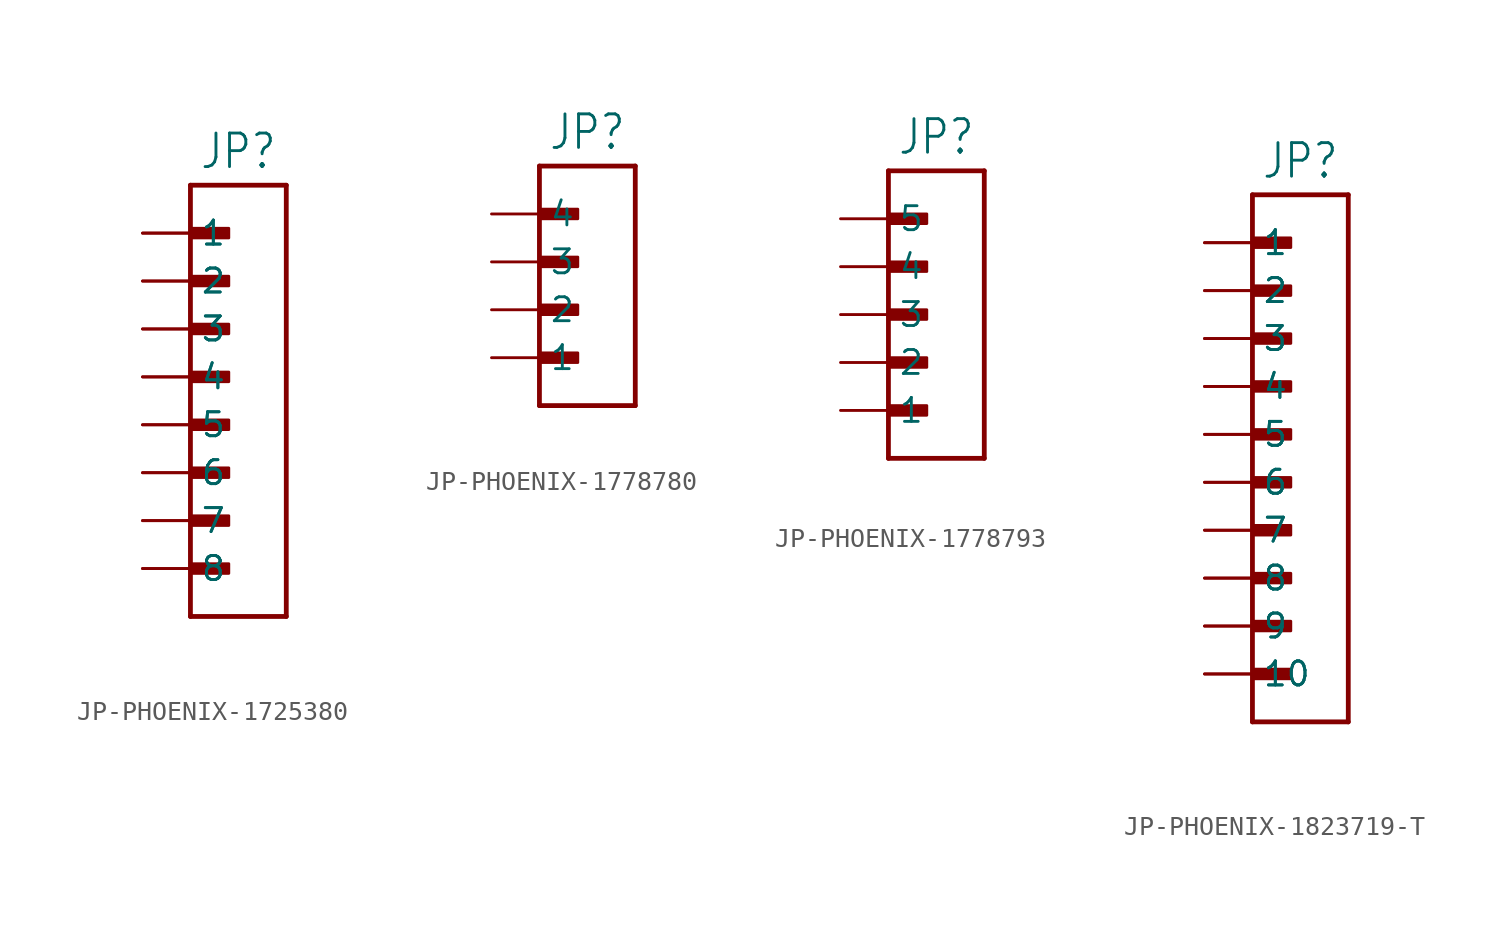
<source format=kicad_sym>
(kicad_symbol_lib
  (version 20231120)
  (generator "kicad_symbol_editor")
  (generator_version "8.0")
  (symbol "JP-PHOENIX-1725380"
    (property "Reference" "JP"
      (at 0 10.922 0)
      (effects (font (size 1.778 1.511)) (justify bottom)))
    (property "Value" ""
      (at 0 -13.462 0)
      (effects (font (size 1.778 1.511)) (justify top)))
    (property "ki_locked" ""
      (at 0 0 0)
      (effects (font (size 1.27 1.27))))
    (symbol "JP-PHOENIX-1725380_1_0"
      (rectangle (start -2.54 -10.414) (end -0.508 -9.906) (stroke (width 0) (type default)) (fill (type outline)))
      (rectangle (start -2.54 -7.874) (end -0.508 -7.366) (stroke (width 0) (type default)) (fill (type outline)))
      (rectangle (start -2.54 -5.334) (end -0.508 -4.826) (stroke (width 0) (type default)) (fill (type outline)))
      (rectangle (start -2.54 -2.794) (end -0.508 -2.286) (stroke (width 0) (type default)) (fill (type outline)))
      (rectangle (start -2.54 -0.254) (end -0.508 0.254) (stroke (width 0) (type default)) (fill (type outline)))
      (rectangle (start -2.54 2.286) (end -0.508 2.794) (stroke (width 0) (type default)) (fill (type outline)))
      (rectangle (start -2.54 4.826) (end -0.508 5.334) (stroke (width 0) (type default)) (fill (type outline)))
      (rectangle (start -2.54 7.366) (end -0.508 7.874) (stroke (width 0) (type default)) (fill (type outline)))
      (polyline (pts (xy -2.54 -12.7) (xy -2.54 10.16)) (stroke (width 0.254) (type solid)) (fill (type none)))
      (polyline (pts (xy -2.54 10.16) (xy 2.54 10.16)) (stroke (width 0.254) (type solid)) (fill (type none)))
      (polyline (pts (xy 2.54 -12.7) (xy -2.54 -12.7)) (stroke (width 0.254) (type solid)) (fill (type none)))
      (polyline (pts (xy 2.54 10.16) (xy 2.54 -12.7)) (stroke (width 0.254) (type solid)) (fill (type none)))
      (pin passive line (at -5.08 7.62 0) (length 2.54) (name "1" (effects (font (size 1.27 1.27)))) (number "1A" (effects (font (size 0 0)))))
      (pin passive line (at -5.08 7.62 0) (length 2.54) (name "1" (effects (font (size 1.27 1.27)))) (number "1B" (effects (font (size 0 0)))))
      (pin passive line (at -5.08 5.08 0) (length 2.54) (name "2" (effects (font (size 1.27 1.27)))) (number "2A" (effects (font (size 0 0)))))
      (pin passive line (at -5.08 5.08 0) (length 2.54) (name "2" (effects (font (size 1.27 1.27)))) (number "2B" (effects (font (size 0 0)))))
      (pin passive line (at -5.08 2.54 0) (length 2.54) (name "3" (effects (font (size 1.27 1.27)))) (number "3A" (effects (font (size 0 0)))))
      (pin passive line (at -5.08 2.54 0) (length 2.54) (name "3" (effects (font (size 1.27 1.27)))) (number "3B" (effects (font (size 0 0)))))
      (pin passive line (at -5.08 0 0) (length 2.54) (name "4" (effects (font (size 1.27 1.27)))) (number "4A" (effects (font (size 0 0)))))
      (pin passive line (at -5.08 0 0) (length 2.54) (name "4" (effects (font (size 1.27 1.27)))) (number "4B" (effects (font (size 0 0)))))
      (pin passive line (at -5.08 -2.54 0) (length 2.54) (name "5" (effects (font (size 1.27 1.27)))) (number "5A" (effects (font (size 0 0)))))
      (pin passive line (at -5.08 -2.54 0) (length 2.54) (name "5" (effects (font (size 1.27 1.27)))) (number "5B" (effects (font (size 0 0)))))
      (pin passive line (at -5.08 -5.08 0) (length 2.54) (name "6" (effects (font (size 1.27 1.27)))) (number "6A" (effects (font (size 0 0)))))
      (pin passive line (at -5.08 -5.08 0) (length 2.54) (name "6" (effects (font (size 1.27 1.27)))) (number "6B" (effects (font (size 0 0)))))
      (pin passive line (at -5.08 -7.62 0) (length 2.54) (name "7" (effects (font (size 1.27 1.27)))) (number "7A" (effects (font (size 0 0)))))
      (pin passive line (at -5.08 -7.62 0) (length 2.54) (name "7" (effects (font (size 1.27 1.27)))) (number "7B" (effects (font (size 0 0)))))
      (pin passive line (at -5.08 -10.16 0) (length 2.54) (name "8" (effects (font (size 1.27 1.27)))) (number "8A" (effects (font (size 0 0)))))
      (pin passive line (at -5.08 -10.16 0) (length 2.54) (name "8" (effects (font (size 1.27 1.27)))) (number "8B" (effects (font (size 0 0)))))))
  (symbol "JP-PHOENIX-1778780"
    (property "Reference" "JP"
      (at 0 5.842 0)
      (effects (font (size 1.778 1.511)) (justify bottom)))
    (property "Value" ""
      (at 0 -8.382 0)
      (effects (font (size 1.778 1.511)) (justify top)))
    (property "ki_locked" ""
      (at 0 0 0)
      (effects (font (size 1.27 1.27))))
    (symbol "JP-PHOENIX-1778780_1_0"
      (rectangle (start -2.54 -5.334) (end -0.508 -4.826) (stroke (width 0) (type default)) (fill (type outline)))
      (rectangle (start -2.54 -2.794) (end -0.508 -2.286) (stroke (width 0) (type default)) (fill (type outline)))
      (rectangle (start -2.54 -0.254) (end -0.508 0.254) (stroke (width 0) (type default)) (fill (type outline)))
      (rectangle (start -2.54 2.286) (end -0.508 2.794) (stroke (width 0) (type default)) (fill (type outline)))
      (polyline (pts (xy -2.54 -7.62) (xy -2.54 5.08)) (stroke (width 0.254) (type solid)) (fill (type none)))
      (polyline (pts (xy -2.54 5.08) (xy 2.54 5.08)) (stroke (width 0.254) (type solid)) (fill (type none)))
      (polyline (pts (xy 2.54 -7.62) (xy -2.54 -7.62)) (stroke (width 0.254) (type solid)) (fill (type none)))
      (polyline (pts (xy 2.54 5.08) (xy 2.54 -7.62)) (stroke (width 0.254) (type solid)) (fill (type none)))
      (pin passive line (at -5.08 -5.08 0) (length 2.54) (name "1" (effects (font (size 1.27 1.27)))) (number "1" (effects (font (size 0 0)))))
      (pin passive line (at -5.08 -2.54 0) (length 2.54) (name "2" (effects (font (size 1.27 1.27)))) (number "2" (effects (font (size 0 0)))))
      (pin passive line (at -5.08 0 0) (length 2.54) (name "3" (effects (font (size 1.27 1.27)))) (number "3" (effects (font (size 0 0)))))
      (pin passive line (at -5.08 2.54 0) (length 2.54) (name "4" (effects (font (size 1.27 1.27)))) (number "4" (effects (font (size 0 0)))))))
  (symbol "JP-PHOENIX-1778793"
    (property "Reference" "JP"
      (at 0 8.382 0)
      (effects (font (size 1.778 1.511)) (justify bottom)))
    (property "Value" ""
      (at 0 -8.382 0)
      (effects (font (size 1.778 1.511)) (justify top)))
    (property "ki_locked" ""
      (at 0 0 0)
      (effects (font (size 1.27 1.27))))
    (symbol "JP-PHOENIX-1778793_1_0"
      (rectangle (start -2.54 -5.334) (end -0.508 -4.826) (stroke (width 0) (type default)) (fill (type outline)))
      (rectangle (start -2.54 -2.794) (end -0.508 -2.286) (stroke (width 0) (type default)) (fill (type outline)))
      (rectangle (start -2.54 -0.254) (end -0.508 0.254) (stroke (width 0) (type default)) (fill (type outline)))
      (rectangle (start -2.54 2.286) (end -0.508 2.794) (stroke (width 0) (type default)) (fill (type outline)))
      (rectangle (start -2.54 4.826) (end -0.508 5.334) (stroke (width 0) (type default)) (fill (type outline)))
      (polyline (pts (xy -2.54 -7.62) (xy -2.54 7.62)) (stroke (width 0.254) (type solid)) (fill (type none)))
      (polyline (pts (xy -2.54 7.62) (xy 2.54 7.62)) (stroke (width 0.254) (type solid)) (fill (type none)))
      (polyline (pts (xy 2.54 -7.62) (xy -2.54 -7.62)) (stroke (width 0.254) (type solid)) (fill (type none)))
      (polyline (pts (xy 2.54 7.62) (xy 2.54 -7.62)) (stroke (width 0.254) (type solid)) (fill (type none)))
      (pin passive line (at -5.08 -5.08 0) (length 2.54) (name "1" (effects (font (size 1.27 1.27)))) (number "1" (effects (font (size 0 0)))))
      (pin passive line (at -5.08 -2.54 0) (length 2.54) (name "2" (effects (font (size 1.27 1.27)))) (number "2" (effects (font (size 0 0)))))
      (pin passive line (at -5.08 0 0) (length 2.54) (name "3" (effects (font (size 1.27 1.27)))) (number "3" (effects (font (size 0 0)))))
      (pin passive line (at -5.08 2.54 0) (length 2.54) (name "4" (effects (font (size 1.27 1.27)))) (number "4" (effects (font (size 0 0)))))
      (pin passive line (at -5.08 5.08 0) (length 2.54) (name "5" (effects (font (size 1.27 1.27)))) (number "5" (effects (font (size 0 0)))))))
  (symbol "JP-PHOENIX-1823719-T"
    (property "Reference" "JP"
      (at 0 13.462 0)
      (effects (font (size 1.778 1.511)) (justify bottom)))
    (property "Value" ""
      (at 0 -16.002 0)
      (effects (font (size 1.778 1.511)) (justify top)))
    (property "ki_locked" ""
      (at 0 0 0)
      (effects (font (size 1.27 1.27))))
    (symbol "JP-PHOENIX-1823719-T_1_0"
      (rectangle (start -2.54 -12.954) (end -0.508 -12.446) (stroke (width 0) (type default)) (fill (type outline)))
      (rectangle (start -2.54 -10.414) (end -0.508 -9.906) (stroke (width 0) (type default)) (fill (type outline)))
      (rectangle (start -2.54 -7.874) (end -0.508 -7.366) (stroke (width 0) (type default)) (fill (type outline)))
      (rectangle (start -2.54 -5.334) (end -0.508 -4.826) (stroke (width 0) (type default)) (fill (type outline)))
      (rectangle (start -2.54 -2.794) (end -0.508 -2.286) (stroke (width 0) (type default)) (fill (type outline)))
      (rectangle (start -2.54 -0.254) (end -0.508 0.254) (stroke (width 0) (type default)) (fill (type outline)))
      (rectangle (start -2.54 2.286) (end -0.508 2.794) (stroke (width 0) (type default)) (fill (type outline)))
      (rectangle (start -2.54 4.826) (end -0.508 5.334) (stroke (width 0) (type default)) (fill (type outline)))
      (rectangle (start -2.54 7.366) (end -0.508 7.874) (stroke (width 0) (type default)) (fill (type outline)))
      (rectangle (start -2.54 9.906) (end -0.508 10.414) (stroke (width 0) (type default)) (fill (type outline)))
      (polyline (pts (xy -2.54 -15.24) (xy -2.54 12.7)) (stroke (width 0.254) (type solid)) (fill (type none)))
      (polyline (pts (xy -2.54 12.7) (xy 2.54 12.7)) (stroke (width 0.254) (type solid)) (fill (type none)))
      (polyline (pts (xy 2.54 -15.24) (xy -2.54 -15.24)) (stroke (width 0.254) (type solid)) (fill (type none)))
      (polyline (pts (xy 2.54 12.7) (xy 2.54 -15.24)) (stroke (width 0.254) (type solid)) (fill (type none)))
      (pin passive line (at -5.08 -12.7 0) (length 2.54) (name "10" (effects (font (size 1.27 1.27)))) (number "10A" (effects (font (size 0 0)))))
      (pin passive line (at -5.08 -12.7 0) (length 2.54) (name "10" (effects (font (size 1.27 1.27)))) (number "10B" (effects (font (size 0 0)))))
      (pin passive line (at -5.08 10.16 0) (length 2.54) (name "1" (effects (font (size 1.27 1.27)))) (number "1A" (effects (font (size 0 0)))))
      (pin passive line (at -5.08 10.16 0) (length 2.54) (name "1" (effects (font (size 1.27 1.27)))) (number "1B" (effects (font (size 0 0)))))
      (pin passive line (at -5.08 7.62 0) (length 2.54) (name "2" (effects (font (size 1.27 1.27)))) (number "2A" (effects (font (size 0 0)))))
      (pin passive line (at -5.08 7.62 0) (length 2.54) (name "2" (effects (font (size 1.27 1.27)))) (number "2B" (effects (font (size 0 0)))))
      (pin passive line (at -5.08 5.08 0) (length 2.54) (name "3" (effects (font (size 1.27 1.27)))) (number "3A" (effects (font (size 0 0)))))
      (pin passive line (at -5.08 5.08 0) (length 2.54) (name "3" (effects (font (size 1.27 1.27)))) (number "3B" (effects (font (size 0 0)))))
      (pin passive line (at -5.08 2.54 0) (length 2.54) (name "4" (effects (font (size 1.27 1.27)))) (number "4A" (effects (font (size 0 0)))))
      (pin passive line (at -5.08 2.54 0) (length 2.54) (name "4" (effects (font (size 1.27 1.27)))) (number "4B" (effects (font (size 0 0)))))
      (pin passive line (at -5.08 0 0) (length 2.54) (name "5" (effects (font (size 1.27 1.27)))) (number "5A" (effects (font (size 0 0)))))
      (pin passive line (at -5.08 0 0) (length 2.54) (name "5" (effects (font (size 1.27 1.27)))) (number "5B" (effects (font (size 0 0)))))
      (pin passive line (at -5.08 -2.54 0) (length 2.54) (name "6" (effects (font (size 1.27 1.27)))) (number "6A" (effects (font (size 0 0)))))
      (pin passive line (at -5.08 -2.54 0) (length 2.54) (name "6" (effects (font (size 1.27 1.27)))) (number "6B" (effects (font (size 0 0)))))
      (pin passive line (at -5.08 -5.08 0) (length 2.54) (name "7" (effects (font (size 1.27 1.27)))) (number "7A" (effects (font (size 0 0)))))
      (pin passive line (at -5.08 -5.08 0) (length 2.54) (name "7" (effects (font (size 1.27 1.27)))) (number "7B" (effects (font (size 0 0)))))
      (pin passive line (at -5.08 -7.62 0) (length 2.54) (name "8" (effects (font (size 1.27 1.27)))) (number "8A" (effects (font (size 0 0)))))
      (pin passive line (at -5.08 -7.62 0) (length 2.54) (name "8" (effects (font (size 1.27 1.27)))) (number "8B" (effects (font (size 0 0)))))
      (pin passive line (at -5.08 -10.16 0) (length 2.54) (name "9" (effects (font (size 1.27 1.27)))) (number "9A" (effects (font (size 0 0)))))
      (pin passive line (at -5.08 -10.16 0) (length 2.54) (name "9" (effects (font (size 1.27 1.27)))) (number "9B" (effects (font (size 0 0))))))))
</source>
